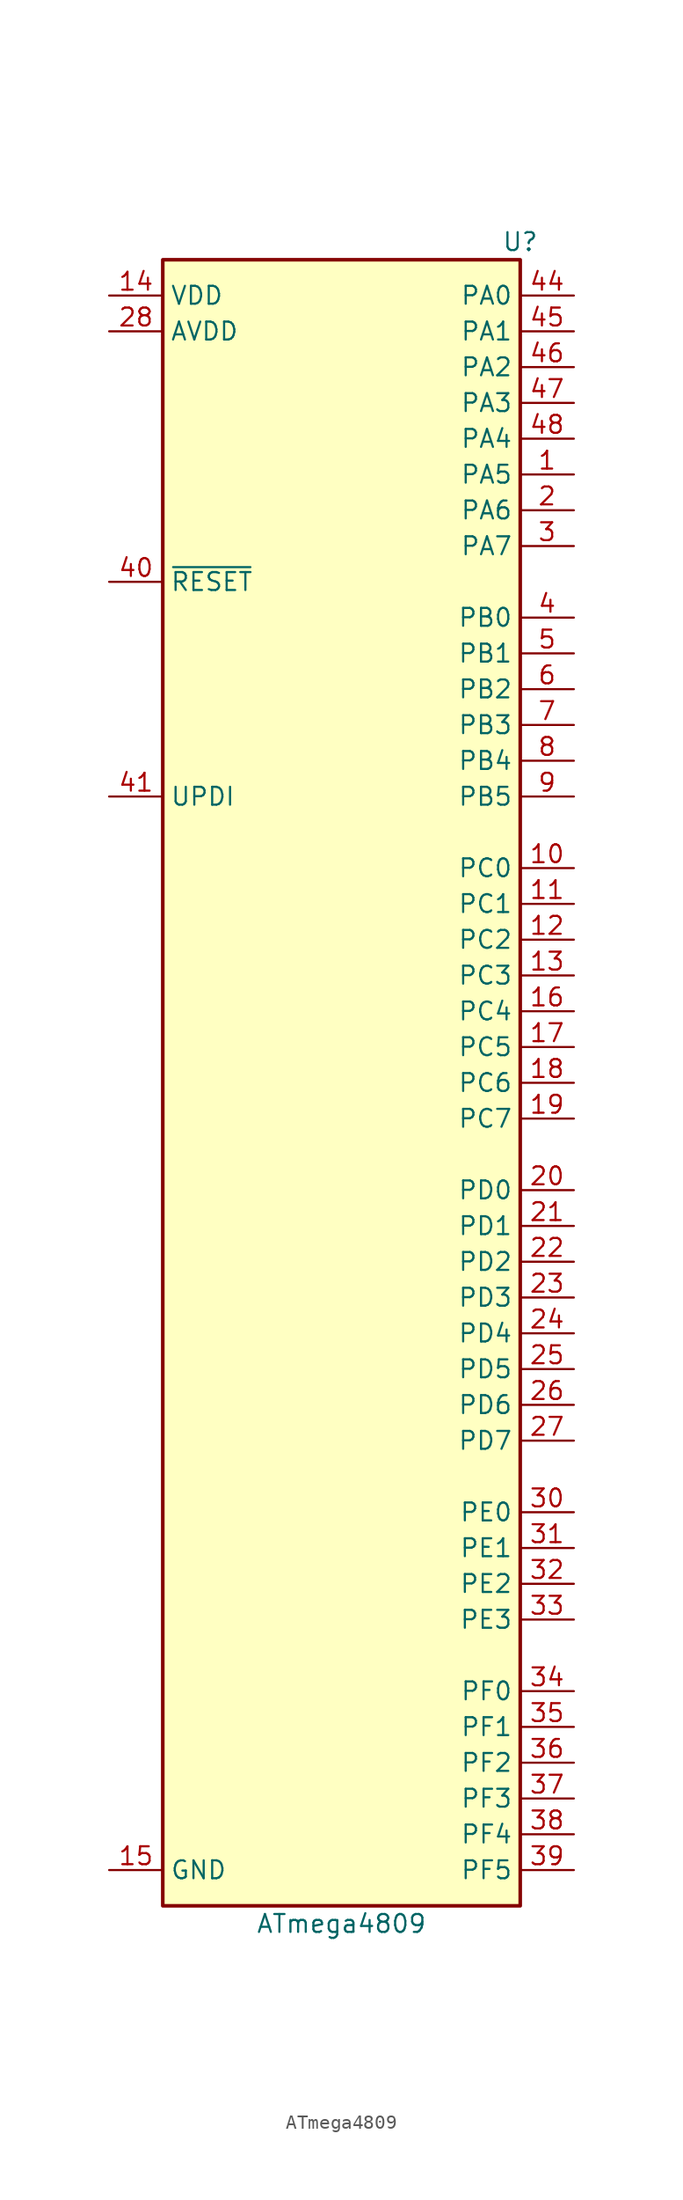
<source format=kicad_sym>
(kicad_symbol_lib
  (version 20220914)
  (generator kicad_symbol_editor)
  (symbol "ATmega4809"
    (property "Reference" "U"
      (at 12.7 54.61 0)
      (effects (font (size 1.27 1.27))))
    (property "Value" "ATmega4809"
      (at 0 -64.77 0)
      (effects (font (size 1.27 1.27))))
    (symbol "ATmega4809_0_1"
      (rectangle (start -12.7 53.34) (end 12.7 -63.5) (stroke (width 0.254) (type default)) (fill (type background))))
    (symbol "ATmega4809_1_0"
      (pin passive line (at -16.51 -60.96 0) (length 3.81) hide (name "PAD" (effects (font (size 1.27 1.27)))) (number "49" (effects (font (size 1.27 1.27))))))
    (symbol "ATmega4809_1_1"
      (pin bidirectional line (at 16.51 38.1 180) (length 3.81) (name "PA5" (effects (font (size 1.27 1.27)))) (number "1" (effects (font (size 1.27 1.27)))))
      (pin bidirectional line (at 16.51 10.16 180) (length 3.81) (name "PC0" (effects (font (size 1.27 1.27)))) (number "10" (effects (font (size 1.27 1.27)))))
      (pin bidirectional line (at 16.51 7.62 180) (length 3.81) (name "PC1" (effects (font (size 1.27 1.27)))) (number "11" (effects (font (size 1.27 1.27)))))
      (pin bidirectional line (at 16.51 5.08 180) (length 3.81) (name "PC2" (effects (font (size 1.27 1.27)))) (number "12" (effects (font (size 1.27 1.27)))))
      (pin bidirectional line (at 16.51 2.54 180) (length 3.81) (name "PC3" (effects (font (size 1.27 1.27)))) (number "13" (effects (font (size 1.27 1.27)))))
      (pin power_in line (at -16.51 50.8 0) (length 3.81) (name "VDD" (effects (font (size 1.27 1.27)))) (number "14" (effects (font (size 1.27 1.27)))))
      (pin power_in line (at -16.51 -60.96 0) (length 3.81) (name "GND" (effects (font (size 1.27 1.27)))) (number "15" (effects (font (size 1.27 1.27)))))
      (pin bidirectional line (at 16.51 0 180) (length 3.81) (name "PC4" (effects (font (size 1.27 1.27)))) (number "16" (effects (font (size 1.27 1.27)))))
      (pin bidirectional line (at 16.51 -2.54 180) (length 3.81) (name "PC5" (effects (font (size 1.27 1.27)))) (number "17" (effects (font (size 1.27 1.27)))))
      (pin bidirectional line (at 16.51 -5.08 180) (length 3.81) (name "PC6" (effects (font (size 1.27 1.27)))) (number "18" (effects (font (size 1.27 1.27)))))
      (pin bidirectional line (at 16.51 -7.62 180) (length 3.81) (name "PC7" (effects (font (size 1.27 1.27)))) (number "19" (effects (font (size 1.27 1.27)))))
      (pin bidirectional line (at 16.51 35.56 180) (length 3.81) (name "PA6" (effects (font (size 1.27 1.27)))) (number "2" (effects (font (size 1.27 1.27)))))
      (pin bidirectional line (at 16.51 -12.7 180) (length 3.81) (name "PD0" (effects (font (size 1.27 1.27)))) (number "20" (effects (font (size 1.27 1.27)))))
      (pin bidirectional line (at 16.51 -15.24 180) (length 3.81) (name "PD1" (effects (font (size 1.27 1.27)))) (number "21" (effects (font (size 1.27 1.27)))))
      (pin bidirectional line (at 16.51 -17.78 180) (length 3.81) (name "PD2" (effects (font (size 1.27 1.27)))) (number "22" (effects (font (size 1.27 1.27)))))
      (pin bidirectional line (at 16.51 -20.32 180) (length 3.81) (name "PD3" (effects (font (size 1.27 1.27)))) (number "23" (effects (font (size 1.27 1.27)))))
      (pin bidirectional line (at 16.51 -22.86 180) (length 3.81) (name "PD4" (effects (font (size 1.27 1.27)))) (number "24" (effects (font (size 1.27 1.27)))))
      (pin bidirectional line (at 16.51 -25.4 180) (length 3.81) (name "PD5" (effects (font (size 1.27 1.27)))) (number "25" (effects (font (size 1.27 1.27)))))
      (pin bidirectional line (at 16.51 -27.94 180) (length 3.81) (name "PD6" (effects (font (size 1.27 1.27)))) (number "26" (effects (font (size 1.27 1.27)))))
      (pin bidirectional line (at 16.51 -30.48 180) (length 3.81) (name "PD7" (effects (font (size 1.27 1.27)))) (number "27" (effects (font (size 1.27 1.27)))))
      (pin power_in line (at -16.51 48.26 0) (length 3.81) (name "AVDD" (effects (font (size 1.27 1.27)))) (number "28" (effects (font (size 1.27 1.27)))))
      (pin passive line (at -16.51 -60.96 0) (length 3.81) hide (name "GND" (effects (font (size 1.27 1.27)))) (number "29" (effects (font (size 1.27 1.27)))))
      (pin bidirectional line (at 16.51 33.02 180) (length 3.81) (name "PA7" (effects (font (size 1.27 1.27)))) (number "3" (effects (font (size 1.27 1.27)))))
      (pin bidirectional line (at 16.51 -35.56 180) (length 3.81) (name "PE0" (effects (font (size 1.27 1.27)))) (number "30" (effects (font (size 1.27 1.27)))))
      (pin bidirectional line (at 16.51 -38.1 180) (length 3.81) (name "PE1" (effects (font (size 1.27 1.27)))) (number "31" (effects (font (size 1.27 1.27)))))
      (pin bidirectional line (at 16.51 -40.64 180) (length 3.81) (name "PE2" (effects (font (size 1.27 1.27)))) (number "32" (effects (font (size 1.27 1.27)))))
      (pin bidirectional line (at 16.51 -43.18 180) (length 3.81) (name "PE3" (effects (font (size 1.27 1.27)))) (number "33" (effects (font (size 1.27 1.27)))))
      (pin bidirectional line (at 16.51 -48.26 180) (length 3.81) (name "PF0" (effects (font (size 1.27 1.27)))) (number "34" (effects (font (size 1.27 1.27)))))
      (pin bidirectional line (at 16.51 -50.8 180) (length 3.81) (name "PF1" (effects (font (size 1.27 1.27)))) (number "35" (effects (font (size 1.27 1.27)))))
      (pin bidirectional line (at 16.51 -53.34 180) (length 3.81) (name "PF2" (effects (font (size 1.27 1.27)))) (number "36" (effects (font (size 1.27 1.27)))))
      (pin bidirectional line (at 16.51 -55.88 180) (length 3.81) (name "PF3" (effects (font (size 1.27 1.27)))) (number "37" (effects (font (size 1.27 1.27)))))
      (pin bidirectional line (at 16.51 -58.42 180) (length 3.81) (name "PF4" (effects (font (size 1.27 1.27)))) (number "38" (effects (font (size 1.27 1.27)))))
      (pin bidirectional line (at 16.51 -60.96 180) (length 3.81) (name "PF5" (effects (font (size 1.27 1.27)))) (number "39" (effects (font (size 1.27 1.27)))))
      (pin bidirectional line (at 16.51 27.94 180) (length 3.81) (name "PB0" (effects (font (size 1.27 1.27)))) (number "4" (effects (font (size 1.27 1.27)))))
      (pin bidirectional line (at -16.51 30.48 0) (length 3.81) (name "~{RESET}" (effects (font (size 1.27 1.27)))) (number "40" (effects (font (size 1.27 1.27)))))
      (pin bidirectional line (at -16.51 15.24 0) (length 3.81) (name "UPDI" (effects (font (size 1.27 1.27)))) (number "41" (effects (font (size 1.27 1.27)))))
      (pin passive line (at -16.51 50.8 0) (length 3.81) hide (name "VDD" (effects (font (size 1.27 1.27)))) (number "42" (effects (font (size 1.27 1.27)))))
      (pin passive line (at -16.51 -60.96 0) (length 3.81) hide (name "GND" (effects (font (size 1.27 1.27)))) (number "43" (effects (font (size 1.27 1.27)))))
      (pin bidirectional line (at 16.51 50.8 180) (length 3.81) (name "PA0" (effects (font (size 1.27 1.27)))) (number "44" (effects (font (size 1.27 1.27)))))
      (pin bidirectional line (at 16.51 48.26 180) (length 3.81) (name "PA1" (effects (font (size 1.27 1.27)))) (number "45" (effects (font (size 1.27 1.27)))))
      (pin bidirectional line (at 16.51 45.72 180) (length 3.81) (name "PA2" (effects (font (size 1.27 1.27)))) (number "46" (effects (font (size 1.27 1.27)))))
      (pin bidirectional line (at 16.51 43.18 180) (length 3.81) (name "PA3" (effects (font (size 1.27 1.27)))) (number "47" (effects (font (size 1.27 1.27)))))
      (pin bidirectional line (at 16.51 40.64 180) (length 3.81) (name "PA4" (effects (font (size 1.27 1.27)))) (number "48" (effects (font (size 1.27 1.27)))))
      (pin bidirectional line (at 16.51 25.4 180) (length 3.81) (name "PB1" (effects (font (size 1.27 1.27)))) (number "5" (effects (font (size 1.27 1.27)))))
      (pin bidirectional line (at 16.51 22.86 180) (length 3.81) (name "PB2" (effects (font (size 1.27 1.27)))) (number "6" (effects (font (size 1.27 1.27)))))
      (pin bidirectional line (at 16.51 20.32 180) (length 3.81) (name "PB3" (effects (font (size 1.27 1.27)))) (number "7" (effects (font (size 1.27 1.27)))))
      (pin bidirectional line (at 16.51 17.78 180) (length 3.81) (name "PB4" (effects (font (size 1.27 1.27)))) (number "8" (effects (font (size 1.27 1.27)))))
      (pin bidirectional line (at 16.51 15.24 180) (length 3.81) (name "PB5" (effects (font (size 1.27 1.27)))) (number "9" (effects (font (size 1.27 1.27))))))))
</source>
